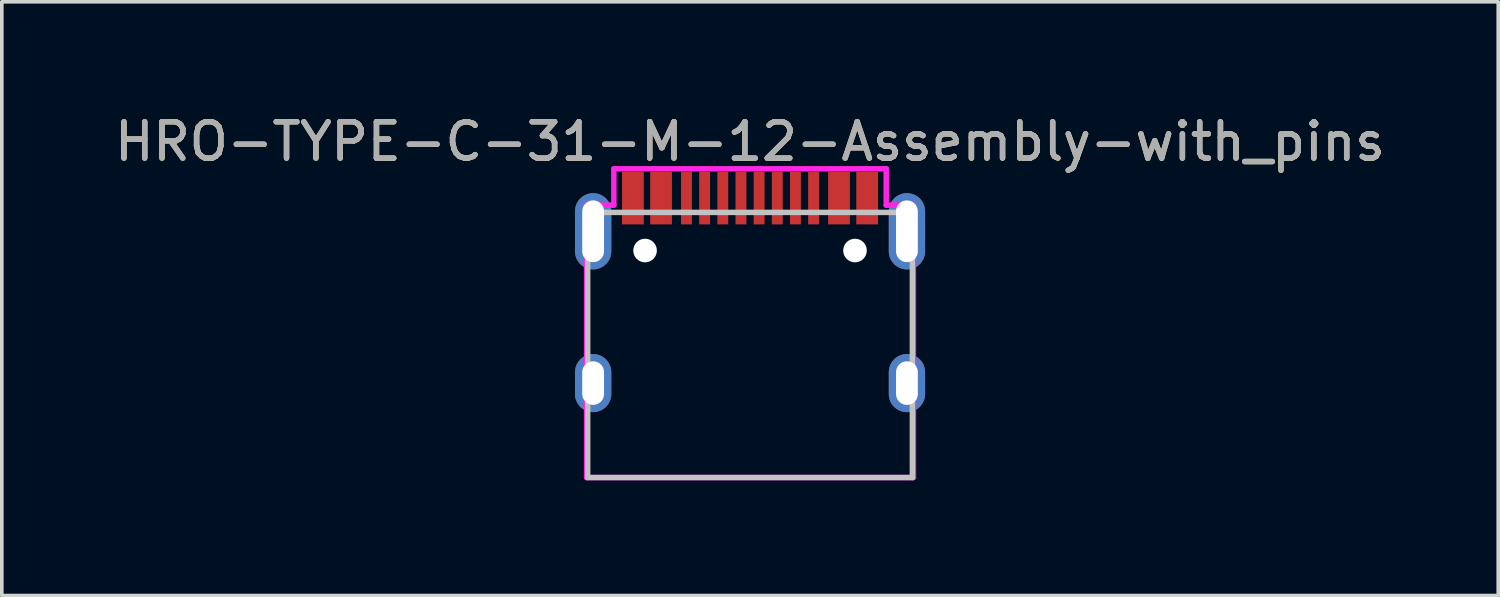
<source format=kicad_pcb>
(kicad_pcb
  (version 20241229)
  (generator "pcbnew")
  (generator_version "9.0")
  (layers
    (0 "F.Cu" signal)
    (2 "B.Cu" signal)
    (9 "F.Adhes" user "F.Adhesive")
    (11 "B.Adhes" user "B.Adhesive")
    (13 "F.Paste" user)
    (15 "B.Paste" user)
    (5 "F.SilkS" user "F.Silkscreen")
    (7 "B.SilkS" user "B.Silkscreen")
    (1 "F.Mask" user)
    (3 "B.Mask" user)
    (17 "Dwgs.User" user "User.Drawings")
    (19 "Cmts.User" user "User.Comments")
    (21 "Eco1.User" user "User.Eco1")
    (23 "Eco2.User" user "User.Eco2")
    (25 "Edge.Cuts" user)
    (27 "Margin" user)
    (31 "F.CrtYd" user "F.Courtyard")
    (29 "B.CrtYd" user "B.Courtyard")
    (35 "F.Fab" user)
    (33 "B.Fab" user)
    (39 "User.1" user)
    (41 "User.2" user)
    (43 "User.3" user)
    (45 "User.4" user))
  (footprint "HRO-TYPE-C-31-M-12-Assembly-with_pins"
    (layer "F.Cu")
    (at 17.601 10.098)
    (property "Reference" "HRO-TYPE-C-31-M-12-Assembly-with_pins" (at 0 -9.25 0) (layer "F.SilkS") (effects (font (size 1 1) (thickness 0.15))))
    (attr smd)
    (fp_line (start -4.47 -7.3) (end 4.47 -7.3) (stroke (width 0.15) (type solid)) (layer "Dwgs.User"))
    (fp_line (start -4.47 0) (end -4.47 -7.3) (stroke (width 0.15) (type solid)) (layer "Dwgs.User"))
    (fp_line (start -4.47 0) (end 4.47 0) (stroke (width 0.15) (type solid)) (layer "Dwgs.User"))
    (fp_line (start 4.47 0) (end 4.47 -7.3) (stroke (width 0.15) (type solid)) (layer "Dwgs.User"))
    (fp_line (start -4.5 -7.5) (end -3.75 -7.5) (stroke (width 0.15) (type solid)) (layer "F.CrtYd"))
    (fp_line (start -4.5 0) (end -4.5 -7.5) (stroke (width 0.15) (type solid)) (layer "F.CrtYd"))
    (fp_line (start -3.75 -8.5) (end 3.75 -8.5) (stroke (width 0.15) (type solid)) (layer "F.CrtYd"))
    (fp_line (start -3.75 -7.5) (end -3.75 -8.5) (stroke (width 0.15) (type solid)) (layer "F.CrtYd"))
    (fp_line (start 3.75 -8.5) (end 3.75 -7.5) (stroke (width 0.15) (type solid)) (layer "F.CrtYd"))
    (fp_line (start 4.5 -7.5) (end 3.75 -7.5) (stroke (width 0.15) (type solid)) (layer "F.CrtYd"))
    (fp_line (start 4.5 -7.5) (end 4.5 0) (stroke (width 0.15) (type solid)) (layer "F.CrtYd"))
    (fp_line (start 4.5 0) (end -4.5 0) (stroke (width 0.15) (type solid)) (layer "F.CrtYd"))
    (fp_text user "${REFERENCE}" (at 0 -9.25 0) (layer "F.Fab") (effects (font (size 1 1) (thickness 0.15))))
    (pad "" np_thru_hole circle (at -2.89 -6.25) (size 0.65 0.65) (drill 0.65) (layers "*.Cu" "*.Mask"))
    (pad "" np_thru_hole circle (at 2.89 -6.25) (size 0.65 0.65) (drill 0.65) (layers "*.Cu" "*.Mask"))
    (pad "13" thru_hole oval (at -4.32 -6.78) (size 1 2.1) (drill oval 0.6 1.7) (layers "*.Cu" "*.Mask"))
    (pad "13" thru_hole oval (at -4.32 -2.6) (size 1 1.6) (drill oval 0.6 1.2) (layers "*.Cu" "*.Mask"))
    (pad "13" thru_hole oval (at 4.32 -6.78) (size 1 2.1) (drill oval 0.6 1.7) (layers "*.Cu" "*.Mask"))
    (pad "13" thru_hole oval (at 4.32 -2.6) (size 1 1.6) (drill oval 0.6 1.2) (layers "*.Cu" "*.Mask"))
    (pad "A1" smd rect (at -3.225 -7.695) (size 0.6 1.45) (layers "F.Cu" "F.Mask" "F.Paste"))
    (pad "A4" smd rect (at -2.45 -7.695) (size 0.6 1.45) (layers "F.Cu" "F.Mask" "F.Paste"))
    (pad "A5" smd rect (at -1.25 -7.695) (size 0.3 1.45) (layers "F.Cu" "F.Mask" "F.Paste"))
    (pad "A6" smd rect (at -0.25 -7.695) (size 0.3 1.45) (layers "F.Cu" "F.Mask" "F.Paste"))
    (pad "A7" smd rect (at 0.25 -7.695) (size 0.3 1.45) (layers "F.Cu" "F.Mask" "F.Paste"))
    (pad "A8" smd rect (at 1.25 -7.695) (size 0.3 1.45) (layers "F.Cu" "F.Mask" "F.Paste"))
    (pad "B1" smd rect (at 3.225 -7.695) (size 0.6 1.45) (layers "F.Cu" "F.Mask" "F.Paste"))
    (pad "B4" smd rect (at 2.45 -7.695) (size 0.6 1.45) (layers "F.Cu" "F.Mask" "F.Paste"))
    (pad "B5" smd rect (at 1.75 -7.695) (size 0.3 1.45) (layers "F.Cu" "F.Mask" "F.Paste"))
    (pad "B6" smd rect (at 0.75 -7.695) (size 0.3 1.45) (layers "F.Cu" "F.Mask" "F.Paste"))
    (pad "B7" smd rect (at -0.75 -7.695) (size 0.3 1.45) (layers "F.Cu" "F.Mask" "F.Paste"))
    (pad "B8" smd rect (at -1.75 -7.695) (size 0.3 1.45) (layers "F.Cu" "F.Mask" "F.Paste")))
  (gr_rect
    (start -3 -3)
    (end 38.202 13.348)
    (stroke (width 0.1) (type default))
    (fill no)
    (layer "Edge.Cuts")))
</source>
